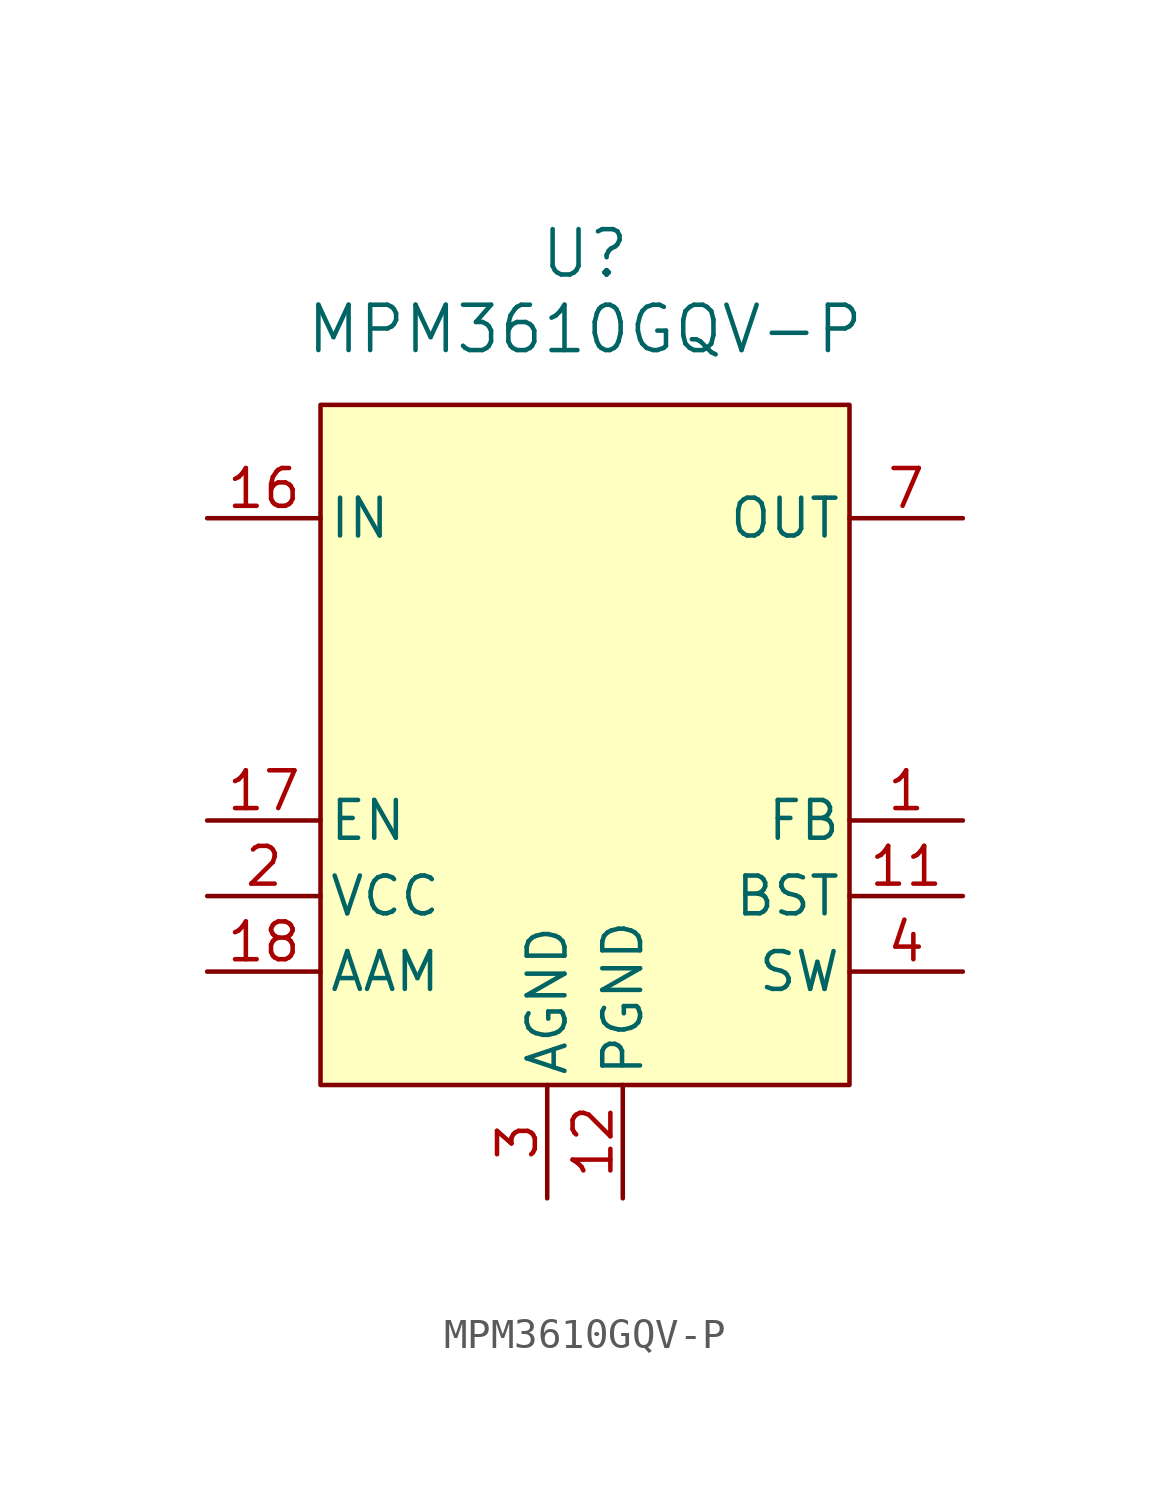
<source format=kicad_sym>
(kicad_symbol_lib
  (version 20220914)
  (generator kicad_symbol_editor)
  (symbol "MPM3610GQV-P"
    (pin_names
      (offset 0.254))
    (property "Reference" "U"
      (at 12.7 6.35 0)
      (effects (font (size 1.524 1.524))))
    (property "Value" "MPM3610GQV-P"
      (at 12.7 3.81 0)
      (effects (font (size 1.524 1.524))))
    (symbol "MPM3610GQV-P_1_1"
      (rectangle (start 3.81 1.27) (end 21.59 -21.59) (stroke (width 0) (type default)) (fill (type background)))
      (pin unspecified line (at 25.4 -12.7 180) (length 3.81) (name "FB" (effects (font (size 1.27 1.27)))) (number "1" (effects (font (size 1.27 1.27)))))
      (pin no_connect line (at 0 0 0) (length 3.81) hide (name "NC" (effects (font (size 1.27 1.27)))) (number "10" (effects (font (size 1.27 1.27)))))
      (pin unspecified line (at 25.4 -15.24 180) (length 3.81) (name "BST" (effects (font (size 1.27 1.27)))) (number "11" (effects (font (size 1.27 1.27)))))
      (pin power_in line (at 13.97 -25.4 90) (length 3.81) (name "PGND" (effects (font (size 1.27 1.27)))) (number "12" (effects (font (size 1.27 1.27)))))
      (pin passive line (at 13.97 -25.4 90) (length 3.81) hide (name "PGND" (effects (font (size 1.27 1.27)))) (number "13" (effects (font (size 1.27 1.27)))))
      (pin passive line (at 13.97 -25.4 90) (length 3.81) hide (name "PGND" (effects (font (size 1.27 1.27)))) (number "14" (effects (font (size 1.27 1.27)))))
      (pin no_connect line (at 0 0 0) (length 3.81) hide (name "NC" (effects (font (size 1.27 1.27)))) (number "15" (effects (font (size 1.27 1.27)))))
      (pin power_in line (at 0 -2.54 0) (length 3.81) (name "IN" (effects (font (size 1.27 1.27)))) (number "16" (effects (font (size 1.27 1.27)))))
      (pin unspecified line (at 0 -12.7 0) (length 3.81) (name "EN" (effects (font (size 1.27 1.27)))) (number "17" (effects (font (size 1.27 1.27)))))
      (pin unspecified line (at 0 -17.78 0) (length 3.81) (name "AAM" (effects (font (size 1.27 1.27)))) (number "18" (effects (font (size 1.27 1.27)))))
      (pin no_connect line (at 0 0 0) (length 3.81) hide (name "NC" (effects (font (size 1.27 1.27)))) (number "19" (effects (font (size 1.27 1.27)))))
      (pin power_in line (at 0 -15.24 0) (length 3.81) (name "VCC" (effects (font (size 1.27 1.27)))) (number "2" (effects (font (size 1.27 1.27)))))
      (pin no_connect line (at 0 0 0) (length 3.81) hide (name "NC" (effects (font (size 1.27 1.27)))) (number "20" (effects (font (size 1.27 1.27)))))
      (pin power_in line (at 11.43 -25.4 90) (length 3.81) (name "AGND" (effects (font (size 1.27 1.27)))) (number "3" (effects (font (size 1.27 1.27)))))
      (pin power_in line (at 25.4 -17.78 180) (length 3.81) (name "SW" (effects (font (size 1.27 1.27)))) (number "4" (effects (font (size 1.27 1.27)))))
      (pin passive line (at 25.4 -17.78 180) (length 3.81) hide (name "SW" (effects (font (size 1.27 1.27)))) (number "5" (effects (font (size 1.27 1.27)))))
      (pin passive line (at 25.4 -17.78 180) (length 3.81) hide (name "SW" (effects (font (size 1.27 1.27)))) (number "6" (effects (font (size 1.27 1.27)))))
      (pin power_in line (at 25.4 -2.54 180) (length 3.81) (name "OUT" (effects (font (size 1.27 1.27)))) (number "7" (effects (font (size 1.27 1.27)))))
      (pin passive line (at 25.4 -2.54 180) (length 3.81) hide (name "OUT" (effects (font (size 1.27 1.27)))) (number "8" (effects (font (size 1.27 1.27)))))
      (pin passive line (at 25.4 -2.54 180) (length 3.81) hide (name "OUT" (effects (font (size 1.27 1.27)))) (number "9" (effects (font (size 1.27 1.27))))))))
</source>
